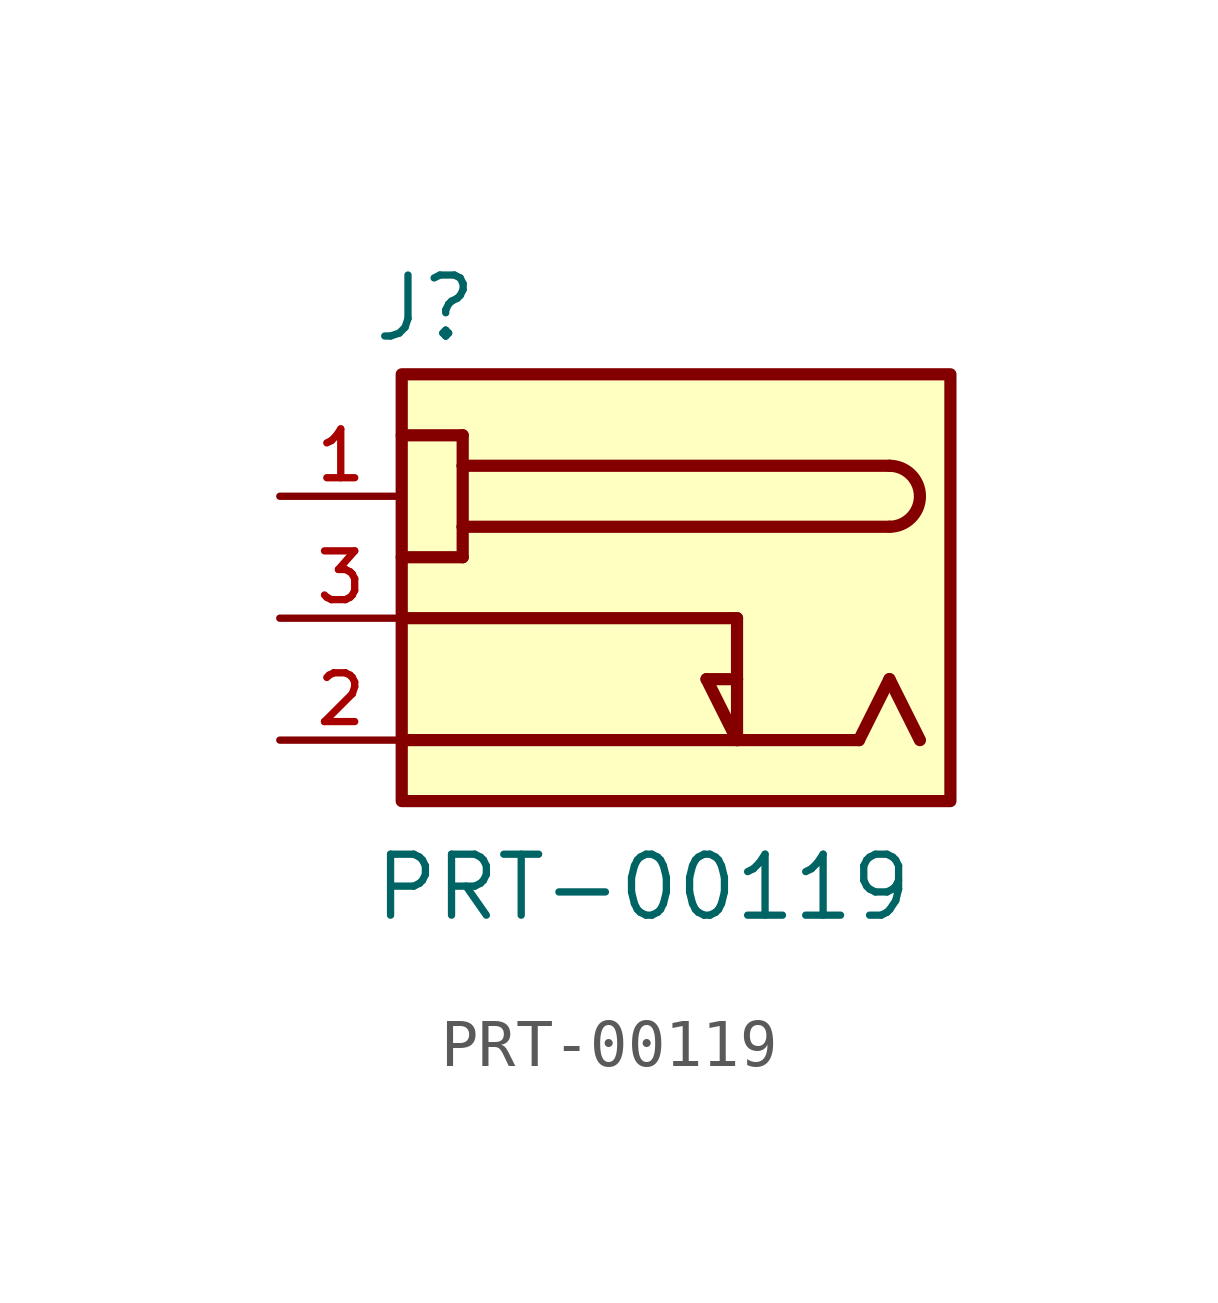
<source format=kicad_sym>
(kicad_symbol_lib
  (version 20211014)
  (generator kicad_symbol_editor)
  (symbol "PRT-00119"
    (pin_names
      (offset 1.016))
    (property "Reference" "J"
      (at -4.445 5.715 0)
      (effects (font (size 1.27 1.27)) (justify bottom left)))
    (property "Value" "PRT-00119"
      (at -4.445 -6.35 0)
      (effects (font (size 1.27 1.27)) (justify bottom left)))
    (symbol "PRT-00119_0_0"
      (polyline (pts (xy -3.81 0.0) (xy 3.175 0.0)) (stroke (width 0.254)))
      (polyline (pts (xy 3.175 0.0) (xy 3.175 -1.27)) (stroke (width 0.254)))
      (polyline (pts (xy 3.175 -1.27) (xy 3.175 -2.54)) (stroke (width 0.254)))
      (polyline (pts (xy 3.175 -2.54) (xy 2.54 -1.27)) (stroke (width 0.254)))
      (polyline (pts (xy 2.54 -1.27) (xy 3.175 -1.27)) (stroke (width 0.254)))
      (polyline (pts (xy -3.81 -2.54) (xy 5.715 -2.54)) (stroke (width 0.254)))
      (polyline (pts (xy 5.715 -2.54) (xy 6.35 -1.27)) (stroke (width 0.254)))
      (polyline (pts (xy 6.35 -1.27) (xy 6.985 -2.54)) (stroke (width 0.254)))
      (polyline (pts (xy -2.54 3.175) (xy -2.54 1.905)) (stroke (width 0.254)))
      (polyline (pts (xy -2.54 1.905) (xy 6.35 1.905)) (stroke (width 0.254)))
      (polyline (pts (xy -2.54 3.175) (xy 6.35 3.175)) (stroke (width 0.254)))
      (arc (start 6.35 1.905) (mid 6.985 2.54) (end 6.35 3.175) (stroke (width 0.254) (type default) (color 0 0 0 0)) (fill (type none)))
      (polyline (pts (xy -2.54 3.175) (xy -2.54 3.81)) (stroke (width 0.254)))
      (polyline (pts (xy -2.54 3.81) (xy -3.81 3.81)) (stroke (width 0.254)))
      (polyline (pts (xy -3.81 1.27) (xy -2.54 1.27)) (stroke (width 0.254)))
      (polyline (pts (xy -2.54 1.27) (xy -2.54 1.905)) (stroke (width 0.254)))
      (rectangle (start -3.81 -3.81) (end 7.62 5.08) (stroke (width 0.254)) (fill (type background)))
      (pin bidirectional line (at -6.35 2.54 0) (length 2.54) (name "~" (effects (font (size 1.016 1.016)))) (number "1" (effects (font (size 1.016 1.016)))))
      (pin bidirectional line (at -6.35 -2.54 0) (length 2.54) (name "~" (effects (font (size 1.016 1.016)))) (number "2" (effects (font (size 1.016 1.016)))))
      (pin bidirectional line (at -6.35 0.0 0) (length 2.54) (name "~" (effects (font (size 1.016 1.016)))) (number "3" (effects (font (size 1.016 1.016))))))))
</source>
